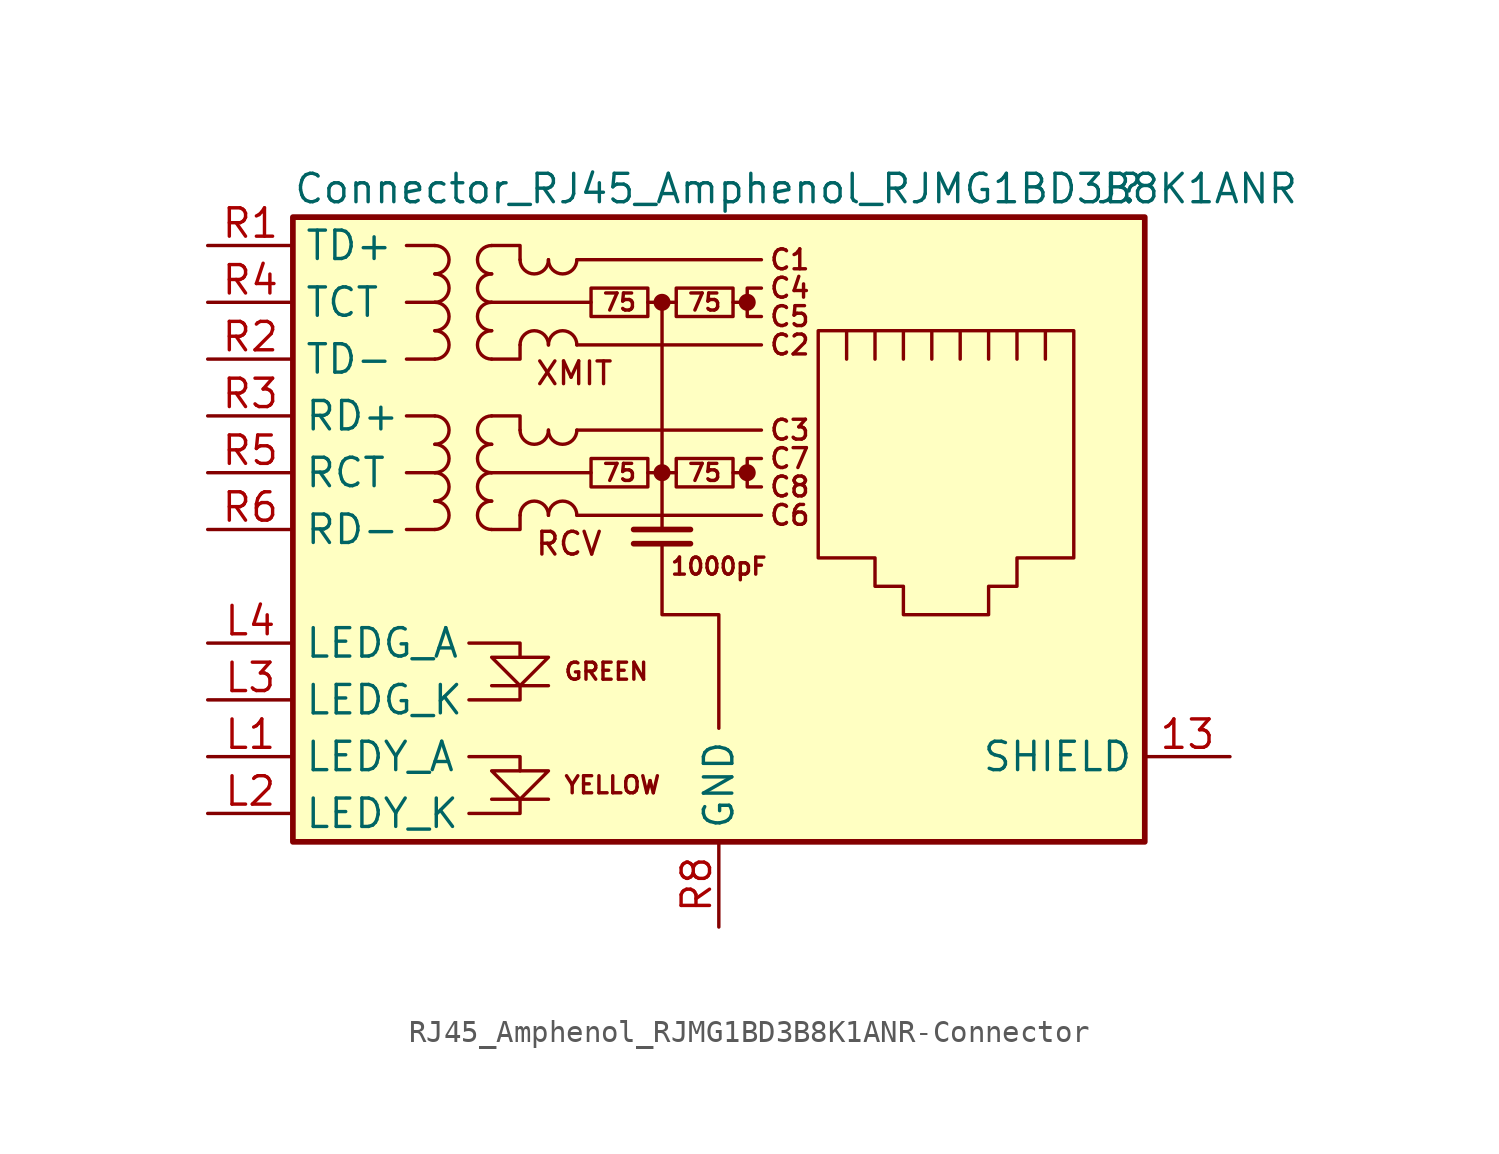
<source format=kicad_sym>
(kicad_symbol_lib
  (version 20220914)
  (generator kicad_symbol_editor)
  (symbol "RJ45_Amphenol_RJMG1BD3B8K1ANR-Connector"
    (property "Reference" "J"
      (at 19.05 15.24 0)
      (effects (font (size 1.27 1.27)) (justify right)))
    (property "Value" "Connector_RJ45_Amphenol_RJMG1BD3B8K1ANR"
      (at -19.05 15.24 0)
      (effects (font (size 1.27 1.27)) (justify left)))
    (symbol "RJ45_Amphenol_RJMG1BD3B8K1ANR-Connector_0_0"
      (circle (center -2.54 2.54) (radius 0.254) (stroke (width 0.254) (type solid)) (fill (type outline)))
      (circle (center -2.54 10.16) (radius 0.254) (stroke (width 0.254) (type solid)) (fill (type outline)))
      (polyline (pts (xy -7.62 -12.065) (xy -10.16 -12.065)) (stroke (width 0) (type solid)) (fill (type none)))
      (polyline (pts (xy -7.62 -6.985) (xy -10.16 -6.985)) (stroke (width 0) (type solid)) (fill (type none)))
      (polyline (pts (xy -2.54 10.16) (xy -2.54 0)) (stroke (width 0) (type solid)) (fill (type none)))
      (polyline (pts (xy -1.27 -0.635) (xy -3.81 -0.635)) (stroke (width 0.254) (type solid)) (fill (type none)))
      (polyline (pts (xy -1.27 0) (xy -3.81 0)) (stroke (width 0.254) (type solid)) (fill (type none)))
      (polyline (pts (xy 1.27 2.54) (xy 0.635 2.54)) (stroke (width 0) (type solid)) (fill (type none)))
      (polyline (pts (xy 1.27 10.16) (xy 0.635 10.16)) (stroke (width 0) (type solid)) (fill (type none)))
      (polyline (pts (xy -11.176 -12.7) (xy -8.89 -12.7) (xy -8.89 -12.065)) (stroke (width 0) (type solid)) (fill (type none)))
      (polyline (pts (xy -11.176 -10.16) (xy -8.89 -10.16) (xy -8.89 -10.795)) (stroke (width 0) (type solid)) (fill (type none)))
      (polyline (pts (xy -11.176 -5.08) (xy -8.89 -5.08) (xy -8.89 -5.715)) (stroke (width 0) (type solid)) (fill (type none)))
      (polyline (pts (xy -8.89 -6.985) (xy -8.89 -7.62) (xy -11.176 -7.62)) (stroke (width 0) (type solid)) (fill (type none)))
      (polyline (pts (xy -10.16 -5.715) (xy -7.62 -5.715) (xy -8.89 -6.985) (xy -10.16 -5.715)) (stroke (width 0) (type solid)) (fill (type none)))
      (polyline (pts (xy -7.62 -10.795) (xy -10.16 -10.795) (xy -8.89 -12.065) (xy -7.62 -10.795)) (stroke (width 0) (type solid)) (fill (type none)))
      (polyline (pts (xy -2.54 -0.635) (xy -2.54 -3.81) (xy 0 -3.81) (xy 0 -8.89)) (stroke (width 0) (type solid)) (fill (type none)))
      (polyline (pts (xy 1.905 3.175) (xy 1.27 3.175) (xy 1.27 1.905) (xy 1.905 1.905)) (stroke (width 0) (type solid)) (fill (type none)))
      (polyline (pts (xy 1.905 10.795) (xy 1.27 10.795) (xy 1.27 9.525) (xy 1.905 9.525)) (stroke (width 0) (type solid)) (fill (type none)))
      (circle (center 1.27 2.54) (radius 0.254) (stroke (width 0.254) (type solid)) (fill (type outline)))
      (circle (center 1.27 10.16) (radius 0.254) (stroke (width 0.254) (type solid)) (fill (type outline)))
      (text "1000pF" (at 0 -1.651 0) (effects (font (size 0.762 0.762))))
      (text "75" (at -4.445 2.54 0) (effects (font (size 0.762 0.762))))
      (text "75" (at -4.445 10.16 0) (effects (font (size 0.762 0.762))))
      (text "75" (at -0.635 2.54 0) (effects (font (size 0.762 0.762))))
      (text "75" (at -0.635 10.16 0) (effects (font (size 0.762 0.762))))
      (text "C1" (at 3.175 12.065 0) (effects (font (size 0.889 0.889))))
      (text "C2" (at 3.175 8.255 0) (effects (font (size 0.889 0.889))))
      (text "C3" (at 3.175 4.445 0) (effects (font (size 0.889 0.889))))
      (text "C4" (at 3.175 10.795 0) (effects (font (size 0.889 0.889))))
      (text "C5" (at 3.175 9.525 0) (effects (font (size 0.889 0.889))))
      (text "C6" (at 3.175 0.635 0) (effects (font (size 0.889 0.889))))
      (text "C7" (at 3.175 3.175 0) (effects (font (size 0.889 0.889))))
      (text "C8" (at 3.175 1.905 0) (effects (font (size 0.889 0.889))))
      (text "GREEN" (at -6.985 -6.35 0) (effects (font (size 0.762 0.762)) (justify left)))
      (text "RCV" (at -8.255 -0.635 0) (effects (font (size 1.016 1.016)) (justify left)))
      (text "XMIT" (at -8.255 6.985 0) (effects (font (size 1.016 1.016)) (justify left)))
      (text "YELLOW" (at -6.985 -11.43 0) (effects (font (size 0.762 0.762)) (justify left))))
    (symbol "RJ45_Amphenol_RJMG1BD3B8K1ANR-Connector_0_1"
      (rectangle (start -19.05 -13.97) (end 19.05 13.97) (stroke (width 0.254) (type solid)) (fill (type background)))
      (arc (start -12.7 0) (mid -12.0677 0.635) (end -12.7 1.27) (stroke (width 0) (type solid)) (fill (type none)))
      (arc (start -12.7 1.27) (mid -12.0677 1.905) (end -12.7 2.54) (stroke (width 0) (type solid)) (fill (type none)))
      (arc (start -12.7 2.54) (mid -12.0677 3.175) (end -12.7 3.81) (stroke (width 0) (type solid)) (fill (type none)))
      (arc (start -12.7 3.81) (mid -12.0677 4.445) (end -12.7 5.08) (stroke (width 0) (type solid)) (fill (type none)))
      (arc (start -12.7 7.62) (mid -12.0677 8.255) (end -12.7 8.89) (stroke (width 0) (type solid)) (fill (type none)))
      (arc (start -12.7 8.89) (mid -12.0677 9.525) (end -12.7 10.16) (stroke (width 0) (type solid)) (fill (type none)))
      (arc (start -12.7 10.16) (mid -12.0677 10.795) (end -12.7 11.43) (stroke (width 0) (type solid)) (fill (type none)))
      (arc (start -12.7 11.43) (mid -12.0677 12.065) (end -12.7 12.7) (stroke (width 0) (type solid)) (fill (type none)))
      (arc (start -10.16 1.27) (mid -10.7923 0.635) (end -10.16 0) (stroke (width 0) (type solid)) (fill (type none)))
      (arc (start -10.16 2.54) (mid -10.7923 1.905) (end -10.16 1.27) (stroke (width 0) (type solid)) (fill (type none)))
      (arc (start -10.16 3.81) (mid -10.7923 3.175) (end -10.16 2.54) (stroke (width 0) (type solid)) (fill (type none)))
      (arc (start -10.16 5.08) (mid -10.7923 4.445) (end -10.16 3.81) (stroke (width 0) (type solid)) (fill (type none)))
      (arc (start -10.16 8.89) (mid -10.7923 8.255) (end -10.16 7.62) (stroke (width 0) (type solid)) (fill (type none)))
      (arc (start -10.16 10.16) (mid -10.7923 9.525) (end -10.16 8.89) (stroke (width 0) (type solid)) (fill (type none)))
      (arc (start -10.16 11.43) (mid -10.7923 10.795) (end -10.16 10.16) (stroke (width 0) (type solid)) (fill (type none)))
      (arc (start -10.16 12.7) (mid -10.7923 12.065) (end -10.16 11.43) (stroke (width 0) (type solid)) (fill (type none)))
      (arc (start -8.89 4.445) (mid -8.255 3.8127) (end -7.62 4.445) (stroke (width 0) (type solid)) (fill (type none)))
      (arc (start -8.89 12.065) (mid -8.255 11.4327) (end -7.62 12.065) (stroke (width 0) (type solid)) (fill (type none)))
      (arc (start -7.62 0.635) (mid -8.255 1.2673) (end -8.89 0.635) (stroke (width 0) (type solid)) (fill (type none)))
      (arc (start -7.62 4.445) (mid -6.985 3.8127) (end -6.35 4.445) (stroke (width 0) (type solid)) (fill (type none)))
      (arc (start -7.62 8.255) (mid -8.255 8.8873) (end -8.89 8.255) (stroke (width 0) (type solid)) (fill (type none)))
      (arc (start -7.62 12.065) (mid -6.985 11.4327) (end -6.35 12.065) (stroke (width 0) (type solid)) (fill (type none)))
      (arc (start -6.35 0.635) (mid -6.985 1.2673) (end -7.62 0.635) (stroke (width 0) (type solid)) (fill (type none)))
      (arc (start -6.35 8.255) (mid -6.985 8.8873) (end -7.62 8.255) (stroke (width 0) (type solid)) (fill (type none)))
      (rectangle (start -5.715 3.175) (end -3.175 1.905) (stroke (width 0) (type solid)) (fill (type none)))
      (rectangle (start -5.715 10.795) (end -3.175 9.525) (stroke (width 0) (type solid)) (fill (type none)))
      (rectangle (start -1.905 3.175) (end 0.635 1.905) (stroke (width 0) (type solid)) (fill (type none)))
      (rectangle (start -1.905 10.795) (end 0.635 9.525) (stroke (width 0) (type solid)) (fill (type none)))
      (polyline (pts (xy -12.7 0) (xy -13.97 0)) (stroke (width 0) (type solid)) (fill (type none)))
      (polyline (pts (xy -12.7 2.54) (xy -13.97 2.54)) (stroke (width 0) (type solid)) (fill (type none)))
      (polyline (pts (xy -12.7 5.08) (xy -13.97 5.08)) (stroke (width 0) (type solid)) (fill (type none)))
      (polyline (pts (xy -12.7 7.62) (xy -13.97 7.62)) (stroke (width 0) (type solid)) (fill (type none)))
      (polyline (pts (xy -12.7 10.16) (xy -13.97 10.16)) (stroke (width 0) (type solid)) (fill (type none)))
      (polyline (pts (xy -12.7 12.7) (xy -13.97 12.7)) (stroke (width 0) (type solid)) (fill (type none)))
      (polyline (pts (xy -6.35 0.635) (xy 1.905 0.635)) (stroke (width 0) (type solid)) (fill (type none)))
      (polyline (pts (xy -6.35 4.445) (xy 1.905 4.445)) (stroke (width 0) (type solid)) (fill (type none)))
      (polyline (pts (xy -6.35 8.255) (xy 1.905 8.255)) (stroke (width 0) (type solid)) (fill (type none)))
      (polyline (pts (xy -6.35 12.065) (xy 1.905 12.065)) (stroke (width 0) (type solid)) (fill (type none)))
      (polyline (pts (xy -5.715 2.54) (xy -10.16 2.54)) (stroke (width 0) (type solid)) (fill (type none)))
      (polyline (pts (xy -5.715 10.16) (xy -10.16 10.16)) (stroke (width 0) (type solid)) (fill (type none)))
      (polyline (pts (xy -3.175 2.54) (xy -1.905 2.54)) (stroke (width 0) (type solid)) (fill (type none)))
      (polyline (pts (xy -3.175 10.16) (xy -1.905 10.16)) (stroke (width 0) (type solid)) (fill (type none)))
      (polyline (pts (xy 5.715 7.62) (xy 5.715 8.89)) (stroke (width 0) (type solid)) (fill (type none)))
      (polyline (pts (xy 6.985 8.89) (xy 6.985 7.62)) (stroke (width 0) (type solid)) (fill (type none)))
      (polyline (pts (xy 8.255 8.89) (xy 8.255 7.62)) (stroke (width 0) (type solid)) (fill (type none)))
      (polyline (pts (xy 9.525 8.89) (xy 9.525 7.62)) (stroke (width 0) (type solid)) (fill (type none)))
      (polyline (pts (xy 10.795 8.89) (xy 10.795 7.62)) (stroke (width 0) (type solid)) (fill (type none)))
      (polyline (pts (xy 12.065 8.89) (xy 12.065 7.62)) (stroke (width 0) (type solid)) (fill (type none)))
      (polyline (pts (xy 13.335 7.62) (xy 13.335 8.89)) (stroke (width 0) (type solid)) (fill (type none)))
      (polyline (pts (xy 14.605 7.62) (xy 14.605 8.89)) (stroke (width 0) (type solid)) (fill (type none)))
      (polyline (pts (xy -10.16 5.08) (xy -8.89 5.08) (xy -8.89 4.445)) (stroke (width 0) (type solid)) (fill (type none)))
      (polyline (pts (xy -10.16 12.7) (xy -8.89 12.7) (xy -8.89 12.065)) (stroke (width 0) (type solid)) (fill (type none)))
      (polyline (pts (xy -8.89 0.635) (xy -8.89 0) (xy -10.16 0)) (stroke (width 0) (type solid)) (fill (type none)))
      (polyline (pts (xy -8.89 8.255) (xy -8.89 7.62) (xy -10.16 7.62)) (stroke (width 0) (type solid)) (fill (type none)))
      (polyline (pts (xy 4.445 8.89) (xy 15.875 8.89) (xy 15.875 -1.27) (xy 13.335 -1.27) (xy 13.335 -2.54) (xy 12.065 -2.54) (xy 12.065 -3.81) (xy 8.255 -3.81) (xy 8.255 -2.54) (xy 6.985 -2.54) (xy 6.985 -1.27) (xy 4.445 -1.27) (xy 4.445 8.89)) (stroke (width 0) (type solid)) (fill (type none))))
    (symbol "RJ45_Amphenol_RJMG1BD3B8K1ANR-Connector_1_1"
      (pin passive line (at 22.86 -10.16 180) (length 3.81) (name "SHIELD" (effects (font (size 1.27 1.27)))) (number "13" (effects (font (size 1.27 1.27)))))
      (pin passive line (at -22.86 -10.16 0) (length 3.81) (name "LEDY_A" (effects (font (size 1.27 1.27)))) (number "L1" (effects (font (size 1.27 1.27)))))
      (pin passive line (at -22.86 -12.7 0) (length 3.81) (name "LEDY_K" (effects (font (size 1.27 1.27)))) (number "L2" (effects (font (size 1.27 1.27)))))
      (pin passive line (at -22.86 -7.62 0) (length 3.81) (name "LEDG_K" (effects (font (size 1.27 1.27)))) (number "L3" (effects (font (size 1.27 1.27)))))
      (pin passive line (at -22.86 -5.08 0) (length 3.81) (name "LEDG_A" (effects (font (size 1.27 1.27)))) (number "L4" (effects (font (size 1.27 1.27)))))
      (pin passive line (at -22.86 12.7 0) (length 3.81) (name "TD+" (effects (font (size 1.27 1.27)))) (number "R1" (effects (font (size 1.27 1.27)))))
      (pin passive line (at -22.86 7.62 0) (length 3.81) (name "TD-" (effects (font (size 1.27 1.27)))) (number "R2" (effects (font (size 1.27 1.27)))))
      (pin passive line (at -22.86 5.08 0) (length 3.81) (name "RD+" (effects (font (size 1.27 1.27)))) (number "R3" (effects (font (size 1.27 1.27)))))
      (pin passive line (at -22.86 10.16 0) (length 3.81) (name "TCT" (effects (font (size 1.27 1.27)))) (number "R4" (effects (font (size 1.27 1.27)))))
      (pin passive line (at -22.86 2.54 0) (length 3.81) (name "RCT" (effects (font (size 1.27 1.27)))) (number "R5" (effects (font (size 1.27 1.27)))))
      (pin passive line (at -22.86 0 0) (length 3.81) (name "RD-" (effects (font (size 1.27 1.27)))) (number "R6" (effects (font (size 1.27 1.27)))))
      (pin no_connect line (at 5.08 -5.08 0) (length 0) hide (name "NC" (effects (font (size 1.27 1.27)))) (number "R7" (effects (font (size 1.27 1.27)))))
      (pin power_in line (at 0 -17.78 90) (length 3.81) (name "GND" (effects (font (size 1.27 1.27)))) (number "R8" (effects (font (size 1.27 1.27))))))))
</source>
